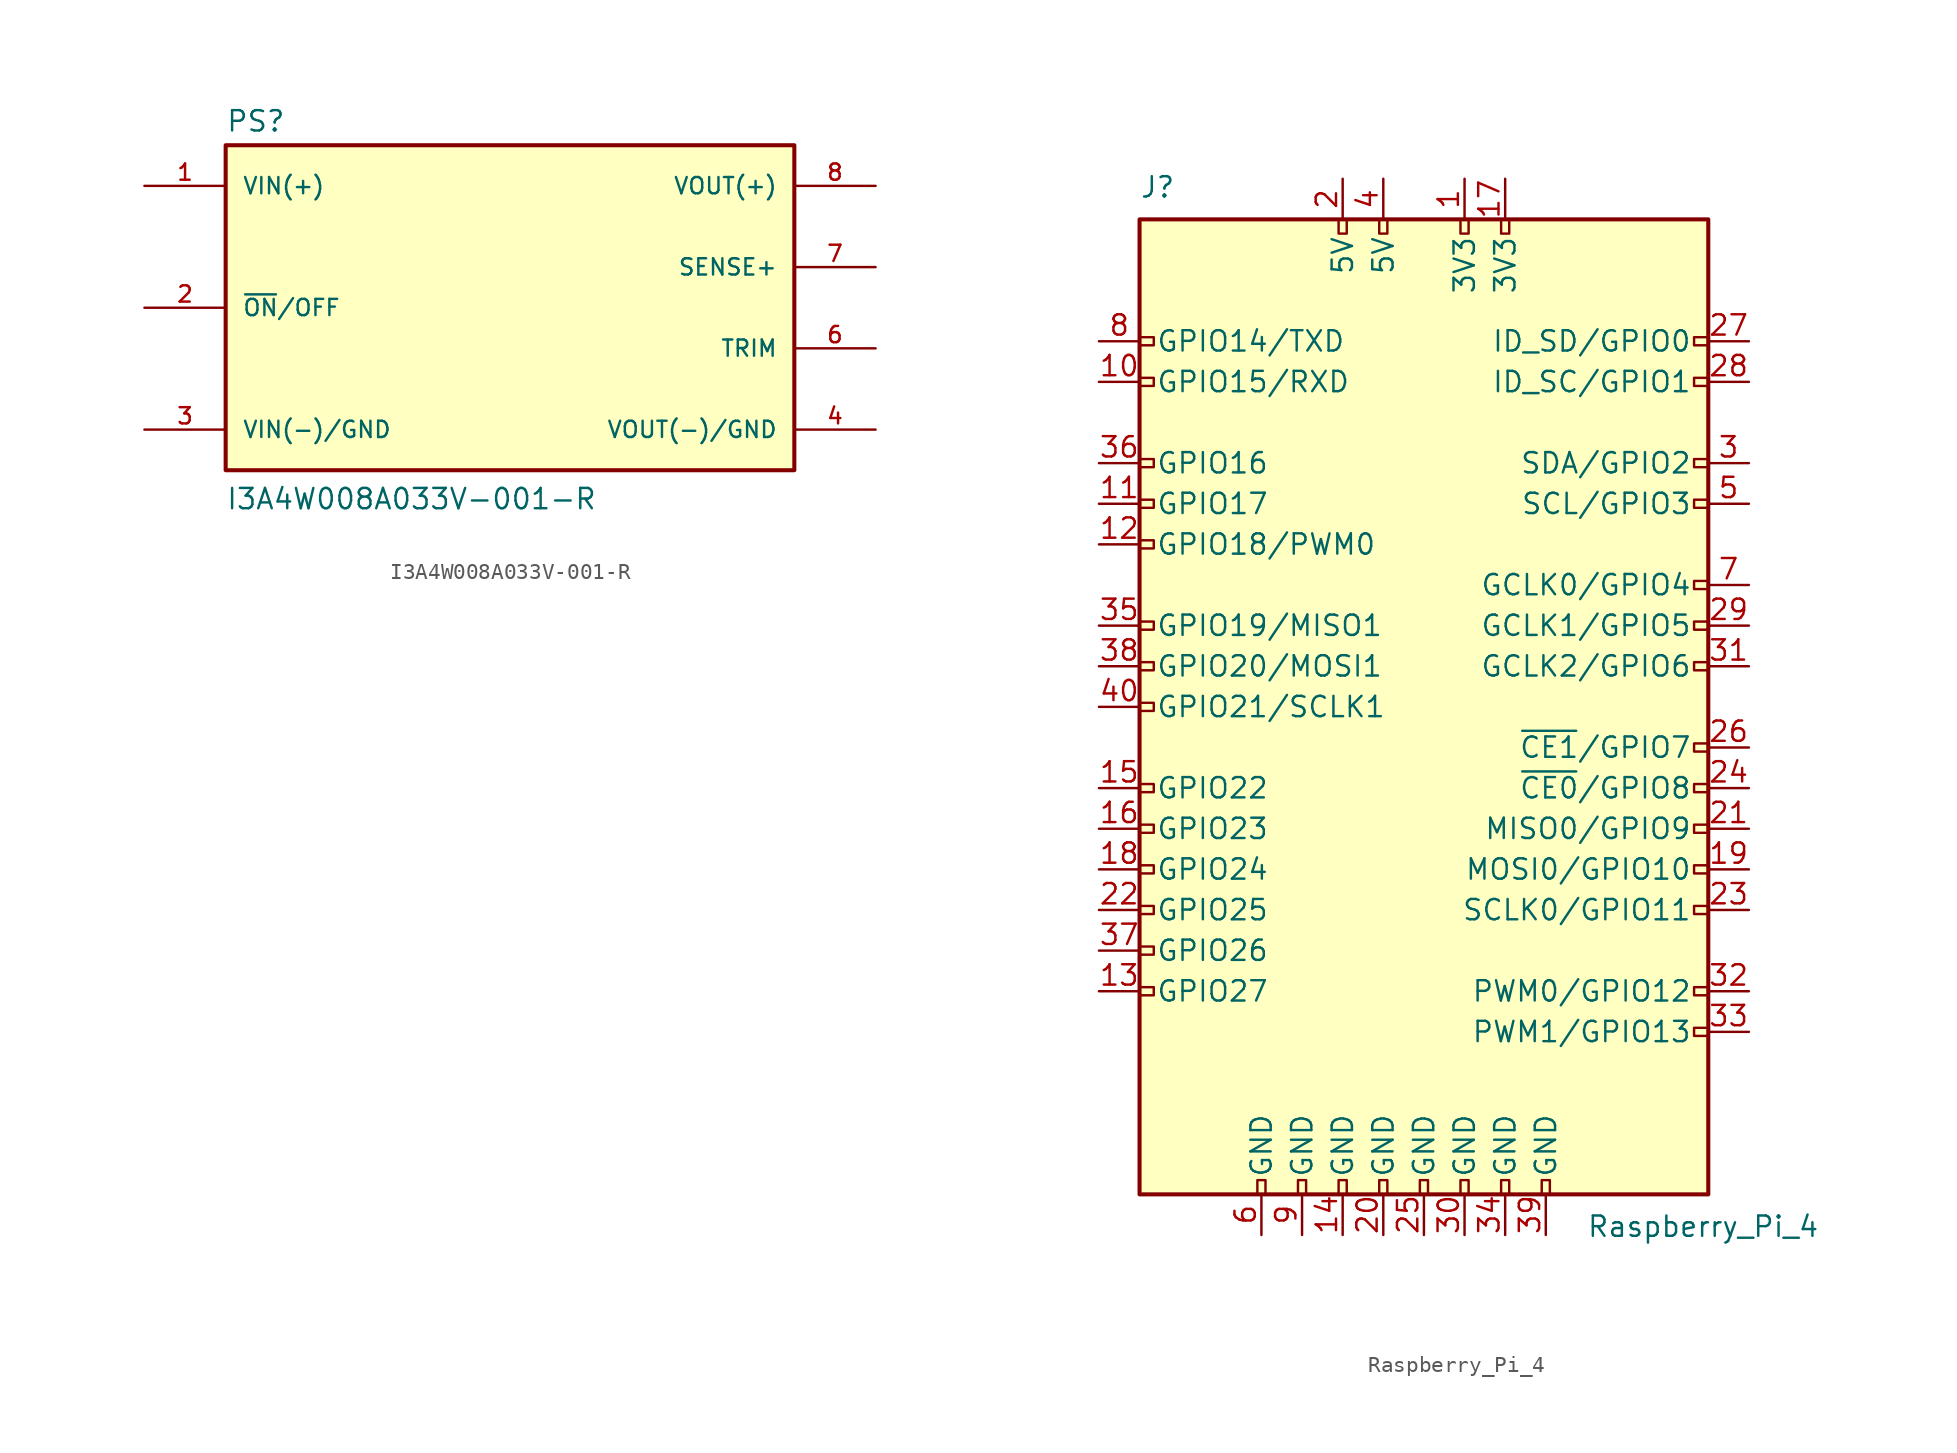
<source format=kicad_sym>
(kicad_symbol_lib
  (version 20231120)
  (generator "kicad_symbol_editor")
  (generator_version "8.0")
  (symbol "I3A4W008A033V-001-R"
    (pin_names
      (offset 1.016))
    (property "Reference" "PS"
      (at -17.78 10.922 0)
      (effects (font (size 1.27 1.27)) (justify left bottom)))
    (property "Value" "I3A4W008A033V-001-R"
      (at -17.78 -12.7 0)
      (effects (font (size 1.27 1.27)) (justify left bottom)))
    (symbol "I3A4W008A033V-001-R_0_0"
      (rectangle (start -17.78 -10.16) (end 17.78 10.16) (stroke (width 0.254) (type default)) (fill (type background)))
      (pin input line (at -22.86 7.62 0) (length 5.08) (name "VIN(+)" (effects (font (size 1.016 1.016)))) (number "1" (effects (font (size 1.016 1.016)))))
      (pin input line (at -22.86 0 0) (length 5.08) (name "~{ON}/OFF" (effects (font (size 1.016 1.016)))) (number "2" (effects (font (size 1.016 1.016)))))
      (pin input line (at -22.86 -7.62 0) (length 5.08) (name "VIN(-)/GND" (effects (font (size 1.016 1.016)))) (number "3" (effects (font (size 1.016 1.016)))))
      (pin output line (at 22.86 -7.62 180) (length 5.08) (name "VOUT(-)/GND" (effects (font (size 1.016 1.016)))) (number "4" (effects (font (size 1.016 1.016)))))
      (pin passive line (at 22.86 -2.54 180) (length 5.08) (name "TRIM" (effects (font (size 1.016 1.016)))) (number "6" (effects (font (size 1.016 1.016)))))
      (pin input line (at 22.86 2.54 180) (length 5.08) (name "SENSE+" (effects (font (size 1.016 1.016)))) (number "7" (effects (font (size 1.016 1.016)))))
      (pin output line (at 22.86 7.62 180) (length 5.08) (name "VOUT(+)" (effects (font (size 1.016 1.016)))) (number "8" (effects (font (size 1.016 1.016)))))))
  (symbol "Raspberry_Pi_4"
    (pin_names
      (offset 1.016))
    (property "Reference" "J"
      (at -17.78 31.75 0)
      (effects (font (size 1.27 1.27)) (justify left bottom)))
    (property "Value" "Raspberry_Pi_4"
      (at 10.16 -31.75 0)
      (effects (font (size 1.27 1.27)) (justify left top)))
    (symbol "Raspberry_Pi_4_0_1"
      (rectangle (start -17.78 30.48) (end 17.78 -30.48) (stroke (width 0.254) (type default)) (fill (type background))))
    (symbol "Raspberry_Pi_4_1_1"
      (rectangle (start -16.891 -17.526) (end -17.78 -18.034) (stroke (width 0) (type default)) (fill (type none)))
      (rectangle (start -16.891 -14.986) (end -17.78 -15.494) (stroke (width 0) (type default)) (fill (type none)))
      (rectangle (start -16.891 -12.446) (end -17.78 -12.954) (stroke (width 0) (type default)) (fill (type none)))
      (rectangle (start -16.891 -9.906) (end -17.78 -10.414) (stroke (width 0) (type default)) (fill (type none)))
      (rectangle (start -16.891 -7.366) (end -17.78 -7.874) (stroke (width 0) (type default)) (fill (type none)))
      (rectangle (start -16.891 -4.826) (end -17.78 -5.334) (stroke (width 0) (type default)) (fill (type none)))
      (rectangle (start -16.891 0.254) (end -17.78 -0.254) (stroke (width 0) (type default)) (fill (type none)))
      (rectangle (start -16.891 2.794) (end -17.78 2.286) (stroke (width 0) (type default)) (fill (type none)))
      (rectangle (start -16.891 5.334) (end -17.78 4.826) (stroke (width 0) (type default)) (fill (type none)))
      (rectangle (start -16.891 10.414) (end -17.78 9.906) (stroke (width 0) (type default)) (fill (type none)))
      (rectangle (start -16.891 12.954) (end -17.78 12.446) (stroke (width 0) (type default)) (fill (type none)))
      (rectangle (start -16.891 15.494) (end -17.78 14.986) (stroke (width 0) (type default)) (fill (type none)))
      (rectangle (start -16.891 20.574) (end -17.78 20.066) (stroke (width 0) (type default)) (fill (type none)))
      (rectangle (start -16.891 23.114) (end -17.78 22.606) (stroke (width 0) (type default)) (fill (type none)))
      (rectangle (start -10.414 -29.591) (end -9.906 -30.48) (stroke (width 0) (type default)) (fill (type none)))
      (rectangle (start -7.874 -29.591) (end -7.366 -30.48) (stroke (width 0) (type default)) (fill (type none)))
      (rectangle (start -5.334 -29.591) (end -4.826 -30.48) (stroke (width 0) (type default)) (fill (type none)))
      (rectangle (start -5.334 30.48) (end -4.826 29.591) (stroke (width 0) (type default)) (fill (type none)))
      (rectangle (start -2.794 -29.591) (end -2.286 -30.48) (stroke (width 0) (type default)) (fill (type none)))
      (rectangle (start -2.794 30.48) (end -2.286 29.591) (stroke (width 0) (type default)) (fill (type none)))
      (rectangle (start -0.254 -29.591) (end 0.254 -30.48) (stroke (width 0) (type default)) (fill (type none)))
      (rectangle (start 2.286 -29.591) (end 2.794 -30.48) (stroke (width 0) (type default)) (fill (type none)))
      (rectangle (start 2.286 30.48) (end 2.794 29.591) (stroke (width 0) (type default)) (fill (type none)))
      (rectangle (start 4.826 -29.591) (end 5.334 -30.48) (stroke (width 0) (type default)) (fill (type none)))
      (rectangle (start 4.826 30.48) (end 5.334 29.591) (stroke (width 0) (type default)) (fill (type none)))
      (rectangle (start 7.366 -29.591) (end 7.874 -30.48) (stroke (width 0) (type default)) (fill (type none)))
      (rectangle (start 17.78 -20.066) (end 16.891 -20.574) (stroke (width 0) (type default)) (fill (type none)))
      (rectangle (start 17.78 -17.526) (end 16.891 -18.034) (stroke (width 0) (type default)) (fill (type none)))
      (rectangle (start 17.78 -12.446) (end 16.891 -12.954) (stroke (width 0) (type default)) (fill (type none)))
      (rectangle (start 17.78 -9.906) (end 16.891 -10.414) (stroke (width 0) (type default)) (fill (type none)))
      (rectangle (start 17.78 -7.366) (end 16.891 -7.874) (stroke (width 0) (type default)) (fill (type none)))
      (rectangle (start 17.78 -4.826) (end 16.891 -5.334) (stroke (width 0) (type default)) (fill (type none)))
      (rectangle (start 17.78 -2.286) (end 16.891 -2.794) (stroke (width 0) (type default)) (fill (type none)))
      (rectangle (start 17.78 2.794) (end 16.891 2.286) (stroke (width 0) (type default)) (fill (type none)))
      (rectangle (start 17.78 5.334) (end 16.891 4.826) (stroke (width 0) (type default)) (fill (type none)))
      (rectangle (start 17.78 7.874) (end 16.891 7.366) (stroke (width 0) (type default)) (fill (type none)))
      (rectangle (start 17.78 12.954) (end 16.891 12.446) (stroke (width 0) (type default)) (fill (type none)))
      (rectangle (start 17.78 15.494) (end 16.891 14.986) (stroke (width 0) (type default)) (fill (type none)))
      (rectangle (start 17.78 20.574) (end 16.891 20.066) (stroke (width 0) (type default)) (fill (type none)))
      (rectangle (start 17.78 23.114) (end 16.891 22.606) (stroke (width 0) (type default)) (fill (type none)))
      (pin power_in line (at 2.54 33.02 270) (length 2.54) (name "3V3" (effects (font (size 1.27 1.27)))) (number "1" (effects (font (size 1.27 1.27)))))
      (pin bidirectional line (at -20.32 20.32 0) (length 2.54) (name "GPIO15/RXD" (effects (font (size 1.27 1.27)))) (number "10" (effects (font (size 1.27 1.27)))))
      (pin bidirectional line (at -20.32 12.7 0) (length 2.54) (name "GPIO17" (effects (font (size 1.27 1.27)))) (number "11" (effects (font (size 1.27 1.27)))))
      (pin bidirectional line (at -20.32 10.16 0) (length 2.54) (name "GPIO18/PWM0" (effects (font (size 1.27 1.27)))) (number "12" (effects (font (size 1.27 1.27)))))
      (pin bidirectional line (at -20.32 -17.78 0) (length 2.54) (name "GPIO27" (effects (font (size 1.27 1.27)))) (number "13" (effects (font (size 1.27 1.27)))))
      (pin power_in line (at -5.08 -33.02 90) (length 2.54) (name "GND" (effects (font (size 1.27 1.27)))) (number "14" (effects (font (size 1.27 1.27)))))
      (pin bidirectional line (at -20.32 -5.08 0) (length 2.54) (name "GPIO22" (effects (font (size 1.27 1.27)))) (number "15" (effects (font (size 1.27 1.27)))))
      (pin bidirectional line (at -20.32 -7.62 0) (length 2.54) (name "GPIO23" (effects (font (size 1.27 1.27)))) (number "16" (effects (font (size 1.27 1.27)))))
      (pin power_in line (at 5.08 33.02 270) (length 2.54) (name "3V3" (effects (font (size 1.27 1.27)))) (number "17" (effects (font (size 1.27 1.27)))))
      (pin bidirectional line (at -20.32 -10.16 0) (length 2.54) (name "GPIO24" (effects (font (size 1.27 1.27)))) (number "18" (effects (font (size 1.27 1.27)))))
      (pin bidirectional line (at 20.32 -10.16 180) (length 2.54) (name "MOSI0/GPIO10" (effects (font (size 1.27 1.27)))) (number "19" (effects (font (size 1.27 1.27)))))
      (pin power_in line (at -5.08 33.02 270) (length 2.54) (name "5V" (effects (font (size 1.27 1.27)))) (number "2" (effects (font (size 1.27 1.27)))))
      (pin power_in line (at -2.54 -33.02 90) (length 2.54) (name "GND" (effects (font (size 1.27 1.27)))) (number "20" (effects (font (size 1.27 1.27)))))
      (pin bidirectional line (at 20.32 -7.62 180) (length 2.54) (name "MISO0/GPIO9" (effects (font (size 1.27 1.27)))) (number "21" (effects (font (size 1.27 1.27)))))
      (pin bidirectional line (at -20.32 -12.7 0) (length 2.54) (name "GPIO25" (effects (font (size 1.27 1.27)))) (number "22" (effects (font (size 1.27 1.27)))))
      (pin bidirectional line (at 20.32 -12.7 180) (length 2.54) (name "SCLK0/GPIO11" (effects (font (size 1.27 1.27)))) (number "23" (effects (font (size 1.27 1.27)))))
      (pin bidirectional line (at 20.32 -5.08 180) (length 2.54) (name "~{CE0}/GPIO8" (effects (font (size 1.27 1.27)))) (number "24" (effects (font (size 1.27 1.27)))))
      (pin power_in line (at 0 -33.02 90) (length 2.54) (name "GND" (effects (font (size 1.27 1.27)))) (number "25" (effects (font (size 1.27 1.27)))))
      (pin bidirectional line (at 20.32 -2.54 180) (length 2.54) (name "~{CE1}/GPIO7" (effects (font (size 1.27 1.27)))) (number "26" (effects (font (size 1.27 1.27)))))
      (pin bidirectional line (at 20.32 22.86 180) (length 2.54) (name "ID_SD/GPIO0" (effects (font (size 1.27 1.27)))) (number "27" (effects (font (size 1.27 1.27)))))
      (pin bidirectional line (at 20.32 20.32 180) (length 2.54) (name "ID_SC/GPIO1" (effects (font (size 1.27 1.27)))) (number "28" (effects (font (size 1.27 1.27)))))
      (pin bidirectional line (at 20.32 5.08 180) (length 2.54) (name "GCLK1/GPIO5" (effects (font (size 1.27 1.27)))) (number "29" (effects (font (size 1.27 1.27)))))
      (pin bidirectional line (at 20.32 15.24 180) (length 2.54) (name "SDA/GPIO2" (effects (font (size 1.27 1.27)))) (number "3" (effects (font (size 1.27 1.27)))))
      (pin power_in line (at 2.54 -33.02 90) (length 2.54) (name "GND" (effects (font (size 1.27 1.27)))) (number "30" (effects (font (size 1.27 1.27)))))
      (pin bidirectional line (at 20.32 2.54 180) (length 2.54) (name "GCLK2/GPIO6" (effects (font (size 1.27 1.27)))) (number "31" (effects (font (size 1.27 1.27)))))
      (pin bidirectional line (at 20.32 -17.78 180) (length 2.54) (name "PWM0/GPIO12" (effects (font (size 1.27 1.27)))) (number "32" (effects (font (size 1.27 1.27)))))
      (pin bidirectional line (at 20.32 -20.32 180) (length 2.54) (name "PWM1/GPIO13" (effects (font (size 1.27 1.27)))) (number "33" (effects (font (size 1.27 1.27)))))
      (pin power_in line (at 5.08 -33.02 90) (length 2.54) (name "GND" (effects (font (size 1.27 1.27)))) (number "34" (effects (font (size 1.27 1.27)))))
      (pin bidirectional line (at -20.32 5.08 0) (length 2.54) (name "GPIO19/MISO1" (effects (font (size 1.27 1.27)))) (number "35" (effects (font (size 1.27 1.27)))))
      (pin bidirectional line (at -20.32 15.24 0) (length 2.54) (name "GPIO16" (effects (font (size 1.27 1.27)))) (number "36" (effects (font (size 1.27 1.27)))))
      (pin bidirectional line (at -20.32 -15.24 0) (length 2.54) (name "GPIO26" (effects (font (size 1.27 1.27)))) (number "37" (effects (font (size 1.27 1.27)))))
      (pin bidirectional line (at -20.32 2.54 0) (length 2.54) (name "GPIO20/MOSI1" (effects (font (size 1.27 1.27)))) (number "38" (effects (font (size 1.27 1.27)))))
      (pin power_in line (at 7.62 -33.02 90) (length 2.54) (name "GND" (effects (font (size 1.27 1.27)))) (number "39" (effects (font (size 1.27 1.27)))))
      (pin power_in line (at -2.54 33.02 270) (length 2.54) (name "5V" (effects (font (size 1.27 1.27)))) (number "4" (effects (font (size 1.27 1.27)))))
      (pin bidirectional line (at -20.32 0 0) (length 2.54) (name "GPIO21/SCLK1" (effects (font (size 1.27 1.27)))) (number "40" (effects (font (size 1.27 1.27)))))
      (pin bidirectional line (at 20.32 12.7 180) (length 2.54) (name "SCL/GPIO3" (effects (font (size 1.27 1.27)))) (number "5" (effects (font (size 1.27 1.27)))))
      (pin power_in line (at -10.16 -33.02 90) (length 2.54) (name "GND" (effects (font (size 1.27 1.27)))) (number "6" (effects (font (size 1.27 1.27)))))
      (pin bidirectional line (at 20.32 7.62 180) (length 2.54) (name "GCLK0/GPIO4" (effects (font (size 1.27 1.27)))) (number "7" (effects (font (size 1.27 1.27)))))
      (pin bidirectional line (at -20.32 22.86 0) (length 2.54) (name "GPIO14/TXD" (effects (font (size 1.27 1.27)))) (number "8" (effects (font (size 1.27 1.27)))))
      (pin power_in line (at -7.62 -33.02 90) (length 2.54) (name "GND" (effects (font (size 1.27 1.27)))) (number "9" (effects (font (size 1.27 1.27))))))))
</source>
